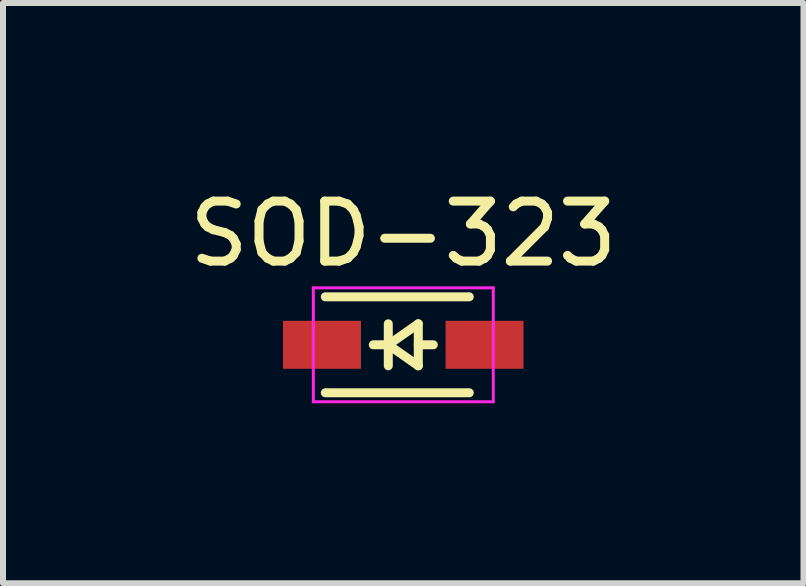
<source format=kicad_pcb>
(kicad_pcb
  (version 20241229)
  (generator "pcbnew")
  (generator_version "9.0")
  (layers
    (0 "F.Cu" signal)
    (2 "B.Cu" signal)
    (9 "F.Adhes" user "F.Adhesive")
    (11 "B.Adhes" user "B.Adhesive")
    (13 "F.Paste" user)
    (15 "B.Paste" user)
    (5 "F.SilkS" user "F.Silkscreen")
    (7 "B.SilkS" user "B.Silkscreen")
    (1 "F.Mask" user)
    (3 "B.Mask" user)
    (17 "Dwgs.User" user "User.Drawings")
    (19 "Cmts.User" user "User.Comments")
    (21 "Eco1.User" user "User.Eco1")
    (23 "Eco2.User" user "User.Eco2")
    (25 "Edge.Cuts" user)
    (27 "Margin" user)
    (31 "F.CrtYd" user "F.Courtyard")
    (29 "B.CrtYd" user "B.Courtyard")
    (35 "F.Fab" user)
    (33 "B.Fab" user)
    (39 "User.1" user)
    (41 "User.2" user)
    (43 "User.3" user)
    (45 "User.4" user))
  (footprint "SOD-323"
    (layer "F.Cu")
    (at 3.673 2.698)
    (property "Reference" "SOD-323" (at 0 -1.85 0) (layer "F.SilkS") (effects (font (size 1 1) (thickness 0.15))))
    (attr smd)
    (fp_line (start -1.3 -0.8) (end 1.1 -0.8) (stroke (width 0.15) (type solid)) (layer "F.SilkS"))
    (fp_line (start -1.3 0.8) (end 1.1 0.8) (stroke (width 0.15) (type solid)) (layer "F.SilkS"))
    (fp_line (start -0.25 -0.35) (end -0.25 0.35) (stroke (width 0.15) (type solid)) (layer "F.SilkS"))
    (fp_line (start -0.25 0) (end -0.5 0) (stroke (width 0.15) (type solid)) (layer "F.SilkS"))
    (fp_line (start -0.25 0) (end 0.25 -0.35) (stroke (width 0.15) (type solid)) (layer "F.SilkS"))
    (fp_line (start 0.25 -0.35) (end 0.25 0.35) (stroke (width 0.15) (type solid)) (layer "F.SilkS"))
    (fp_line (start 0.25 0) (end 0.5 0) (stroke (width 0.15) (type solid)) (layer "F.SilkS"))
    (fp_line (start 0.25 0.35) (end -0.25 0) (stroke (width 0.15) (type solid)) (layer "F.SilkS"))
    (fp_line (start -1.5 -0.95) (end -1.5 0.95) (stroke (width 0.05) (type solid)) (layer "F.CrtYd"))
    (fp_line (start -1.5 -0.95) (end 1.5 -0.95) (stroke (width 0.05) (type solid)) (layer "F.CrtYd"))
    (fp_line (start -1.5 0.95) (end 1.5 0.95) (stroke (width 0.05) (type solid)) (layer "F.CrtYd"))
    (fp_line (start 1.5 -0.95) (end 1.5 0.95) (stroke (width 0.05) (type solid)) (layer "F.CrtYd"))
    (pad "1" smd rect (at -1.355 0) (size 1.3 0.8) (layers "F.Cu" "F.Mask" "F.Paste"))
    (pad "2" smd rect (at 1.355 0) (size 1.3 0.8) (layers "F.Cu" "F.Mask" "F.Paste")))
  (gr_rect
    (start -3 -3)
    (end 10.345 6.673)
    (stroke (width 0.1) (type default))
    (fill no)
    (layer "Edge.Cuts")))
</source>
